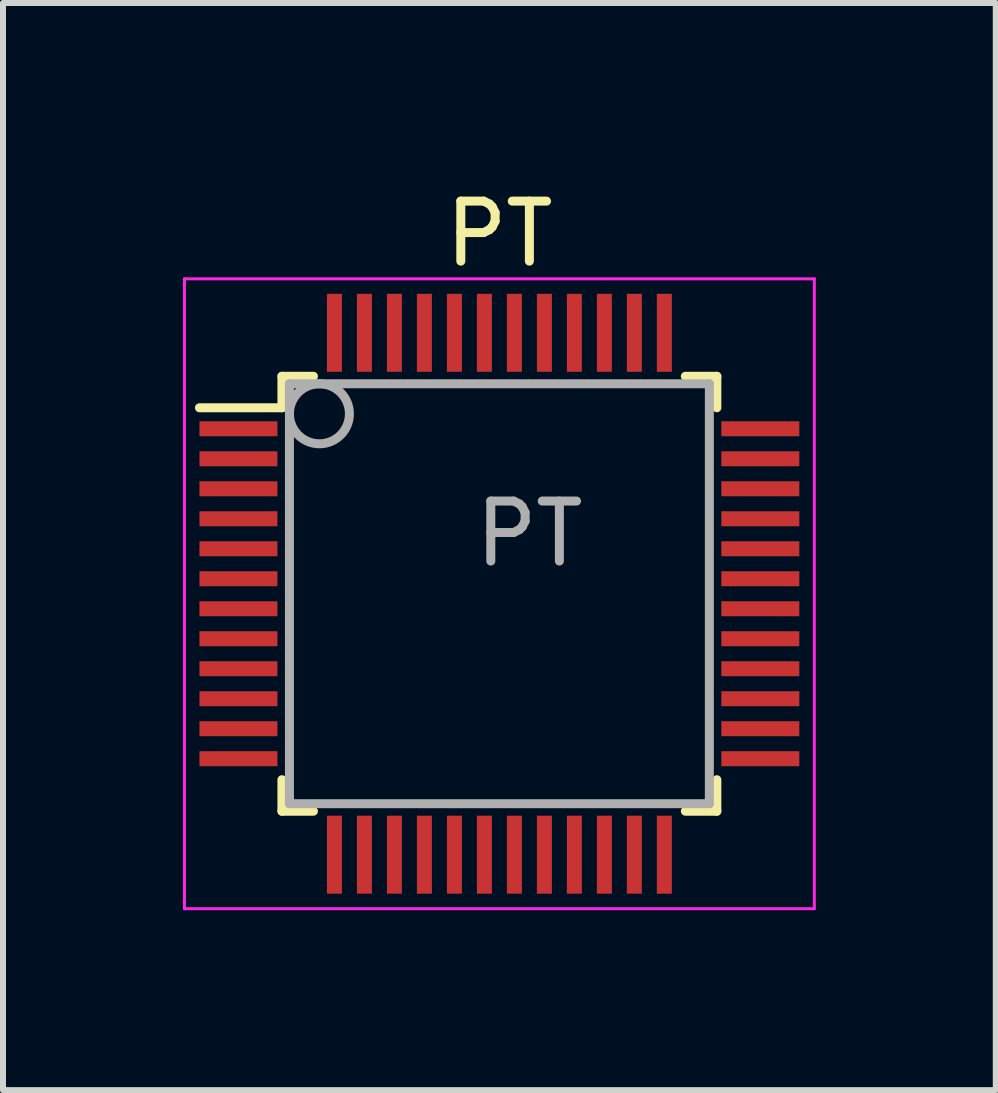
<source format=kicad_pcb>
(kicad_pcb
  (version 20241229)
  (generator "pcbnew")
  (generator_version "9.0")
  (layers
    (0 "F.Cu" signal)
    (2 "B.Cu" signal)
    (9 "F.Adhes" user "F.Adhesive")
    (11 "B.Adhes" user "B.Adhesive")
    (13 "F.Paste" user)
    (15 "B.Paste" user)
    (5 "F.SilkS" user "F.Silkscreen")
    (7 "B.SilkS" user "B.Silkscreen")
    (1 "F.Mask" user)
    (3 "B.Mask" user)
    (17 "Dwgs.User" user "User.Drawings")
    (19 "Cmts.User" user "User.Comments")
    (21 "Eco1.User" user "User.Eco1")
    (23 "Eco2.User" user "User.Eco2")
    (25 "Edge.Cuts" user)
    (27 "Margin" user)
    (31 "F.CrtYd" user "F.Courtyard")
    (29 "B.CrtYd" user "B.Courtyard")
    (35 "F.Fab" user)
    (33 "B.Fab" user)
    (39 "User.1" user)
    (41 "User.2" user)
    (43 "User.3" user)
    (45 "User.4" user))
  (footprint "PT"
    (layer "F.Cu")
    (at 5.275 6.848)
    (property "Reference" "PT" (at 0 -6 0) (layer "F.SilkS") (effects (font (size 1 1) (thickness 0.15))))
    (attr smd)
    (fp_line (start -3.625 -3.625) (end -3.625 -3.1) (stroke (width 0.15) (type solid)) (layer "F.SilkS"))
    (fp_line (start -3.625 -3.625) (end -3.1 -3.625) (stroke (width 0.15) (type solid)) (layer "F.SilkS"))
    (fp_line (start -3.625 -3.1) (end -5 -3.1) (stroke (width 0.15) (type solid)) (layer "F.SilkS"))
    (fp_line (start -3.625 3.625) (end -3.625 3.1) (stroke (width 0.15) (type solid)) (layer "F.SilkS"))
    (fp_line (start -3.625 3.625) (end -3.1 3.625) (stroke (width 0.15) (type solid)) (layer "F.SilkS"))
    (fp_line (start 3.625 -3.625) (end 3.1 -3.625) (stroke (width 0.15) (type solid)) (layer "F.SilkS"))
    (fp_line (start 3.625 -3.625) (end 3.625 -3.1) (stroke (width 0.15) (type solid)) (layer "F.SilkS"))
    (fp_line (start 3.625 3.625) (end 3.1 3.625) (stroke (width 0.15) (type solid)) (layer "F.SilkS"))
    (fp_line (start 3.625 3.625) (end 3.625 3.1) (stroke (width 0.15) (type solid)) (layer "F.SilkS"))
    (fp_line (start -5.25 -5.25) (end -5.25 5.25) (stroke (width 0.05) (type solid)) (layer "F.CrtYd"))
    (fp_line (start -5.25 -5.25) (end 5.25 -5.25) (stroke (width 0.05) (type solid)) (layer "F.CrtYd"))
    (fp_line (start -5.25 5.25) (end 5.25 5.25) (stroke (width 0.05) (type solid)) (layer "F.CrtYd"))
    (fp_line (start 5.25 -5.25) (end 5.25 5.25) (stroke (width 0.05) (type solid)) (layer "F.CrtYd"))
    (fp_line (start -3.5 -3.5) (end 3.5 -3.5) (stroke (width 0.15) (type solid)) (layer "F.Fab"))
    (fp_line (start -3.5 3.5) (end -3.5 -3.5) (stroke (width 0.15) (type solid)) (layer "F.Fab"))
    (fp_line (start 3.5 -3.5) (end 3.5 3.5) (stroke (width 0.15) (type solid)) (layer "F.Fab"))
    (fp_line (start 3.5 3.5) (end -3.5 3.5) (stroke (width 0.15) (type solid)) (layer "F.Fab"))
    (fp_circle (center -3 -3) (end -3 -3.5) (stroke (width 0.15) (type solid)) (fill no) (layer "F.Fab"))
    (fp_text user "${REFERENCE}" (at 0.5 -1 0) (layer "F.Fab") (effects (font (size 1 1) (thickness 0.15))))
    (pad "1" smd rect (at -4.35 -2.75) (size 1.3 0.25) (layers "F.Cu" "F.Mask" "F.Paste"))
    (pad "2" smd rect (at -4.35 -2.25) (size 1.3 0.25) (layers "F.Cu" "F.Mask" "F.Paste"))
    (pad "3" smd rect (at -4.35 -1.75) (size 1.3 0.25) (layers "F.Cu" "F.Mask" "F.Paste"))
    (pad "4" smd rect (at -4.35 -1.25) (size 1.3 0.25) (layers "F.Cu" "F.Mask" "F.Paste"))
    (pad "5" smd rect (at -4.35 -0.75) (size 1.3 0.25) (layers "F.Cu" "F.Mask" "F.Paste"))
    (pad "6" smd rect (at -4.35 -0.25) (size 1.3 0.25) (layers "F.Cu" "F.Mask" "F.Paste"))
    (pad "7" smd rect (at -4.35 0.25) (size 1.3 0.25) (layers "F.Cu" "F.Mask" "F.Paste"))
    (pad "8" smd rect (at -4.35 0.75) (size 1.3 0.25) (layers "F.Cu" "F.Mask" "F.Paste"))
    (pad "9" smd rect (at -4.35 1.25) (size 1.3 0.25) (layers "F.Cu" "F.Mask" "F.Paste"))
    (pad "10" smd rect (at -4.35 1.75) (size 1.3 0.25) (layers "F.Cu" "F.Mask" "F.Paste"))
    (pad "11" smd rect (at -4.35 2.25) (size 1.3 0.25) (layers "F.Cu" "F.Mask" "F.Paste"))
    (pad "12" smd rect (at -4.35 2.75) (size 1.3 0.25) (layers "F.Cu" "F.Mask" "F.Paste"))
    (pad "13" smd rect (at -2.75 4.35 90) (size 1.3 0.25) (layers "F.Cu" "F.Mask" "F.Paste"))
    (pad "14" smd rect (at -2.25 4.35 90) (size 1.3 0.25) (layers "F.Cu" "F.Mask" "F.Paste"))
    (pad "15" smd rect (at -1.75 4.35 90) (size 1.3 0.25) (layers "F.Cu" "F.Mask" "F.Paste"))
    (pad "16" smd rect (at -1.25 4.35 90) (size 1.3 0.25) (layers "F.Cu" "F.Mask" "F.Paste"))
    (pad "17" smd rect (at -0.75 4.35 90) (size 1.3 0.25) (layers "F.Cu" "F.Mask" "F.Paste"))
    (pad "18" smd rect (at -0.25 4.35 90) (size 1.3 0.25) (layers "F.Cu" "F.Mask" "F.Paste"))
    (pad "19" smd rect (at 0.25 4.35 90) (size 1.3 0.25) (layers "F.Cu" "F.Mask" "F.Paste"))
    (pad "20" smd rect (at 0.75 4.35 90) (size 1.3 0.25) (layers "F.Cu" "F.Mask" "F.Paste"))
    (pad "21" smd rect (at 1.25 4.35 90) (size 1.3 0.25) (layers "F.Cu" "F.Mask" "F.Paste"))
    (pad "22" smd rect (at 1.75 4.35 90) (size 1.3 0.25) (layers "F.Cu" "F.Mask" "F.Paste"))
    (pad "23" smd rect (at 2.25 4.35 90) (size 1.3 0.25) (layers "F.Cu" "F.Mask" "F.Paste"))
    (pad "24" smd rect (at 2.75 4.35 90) (size 1.3 0.25) (layers "F.Cu" "F.Mask" "F.Paste"))
    (pad "25" smd rect (at 4.35 2.75) (size 1.3 0.25) (layers "F.Cu" "F.Mask" "F.Paste"))
    (pad "26" smd rect (at 4.35 2.25) (size 1.3 0.25) (layers "F.Cu" "F.Mask" "F.Paste"))
    (pad "27" smd rect (at 4.35 1.75) (size 1.3 0.25) (layers "F.Cu" "F.Mask" "F.Paste"))
    (pad "28" smd rect (at 4.35 1.25) (size 1.3 0.25) (layers "F.Cu" "F.Mask" "F.Paste"))
    (pad "29" smd rect (at 4.35 0.75) (size 1.3 0.25) (layers "F.Cu" "F.Mask" "F.Paste"))
    (pad "30" smd rect (at 4.35 0.25) (size 1.3 0.25) (layers "F.Cu" "F.Mask" "F.Paste"))
    (pad "31" smd rect (at 4.35 -0.25) (size 1.3 0.25) (layers "F.Cu" "F.Mask" "F.Paste"))
    (pad "32" smd rect (at 4.35 -0.75) (size 1.3 0.25) (layers "F.Cu" "F.Mask" "F.Paste"))
    (pad "33" smd rect (at 4.35 -1.25) (size 1.3 0.25) (layers "F.Cu" "F.Mask" "F.Paste"))
    (pad "34" smd rect (at 4.35 -1.75) (size 1.3 0.25) (layers "F.Cu" "F.Mask" "F.Paste"))
    (pad "35" smd rect (at 4.35 -2.25) (size 1.3 0.25) (layers "F.Cu" "F.Mask" "F.Paste"))
    (pad "36" smd rect (at 4.35 -2.75) (size 1.3 0.25) (layers "F.Cu" "F.Mask" "F.Paste"))
    (pad "37" smd rect (at 2.75 -4.35 90) (size 1.3 0.25) (layers "F.Cu" "F.Mask" "F.Paste"))
    (pad "38" smd rect (at 2.25 -4.35 90) (size 1.3 0.25) (layers "F.Cu" "F.Mask" "F.Paste"))
    (pad "39" smd rect (at 1.75 -4.35 90) (size 1.3 0.25) (layers "F.Cu" "F.Mask" "F.Paste"))
    (pad "40" smd rect (at 1.25 -4.35 90) (size 1.3 0.25) (layers "F.Cu" "F.Mask" "F.Paste"))
    (pad "41" smd rect (at 0.75 -4.35 90) (size 1.3 0.25) (layers "F.Cu" "F.Mask" "F.Paste"))
    (pad "42" smd rect (at 0.25 -4.35 90) (size 1.3 0.25) (layers "F.Cu" "F.Mask" "F.Paste"))
    (pad "43" smd rect (at -0.25 -4.35 90) (size 1.3 0.25) (layers "F.Cu" "F.Mask" "F.Paste"))
    (pad "44" smd rect (at -0.75 -4.35 90) (size 1.3 0.25) (layers "F.Cu" "F.Mask" "F.Paste"))
    (pad "45" smd rect (at -1.25 -4.35 90) (size 1.3 0.25) (layers "F.Cu" "F.Mask" "F.Paste"))
    (pad "46" smd rect (at -1.75 -4.35 90) (size 1.3 0.25) (layers "F.Cu" "F.Mask" "F.Paste"))
    (pad "47" smd rect (at -2.25 -4.35 90) (size 1.3 0.25) (layers "F.Cu" "F.Mask" "F.Paste"))
    (pad "48" smd rect (at -2.75 -4.35 90) (size 1.3 0.25) (layers "F.Cu" "F.Mask" "F.Paste")))
  (gr_rect
    (start -3 -3)
    (end 13.55 15.123)
    (stroke (width 0.1) (type default))
    (fill no)
    (layer "Edge.Cuts")))
</source>
